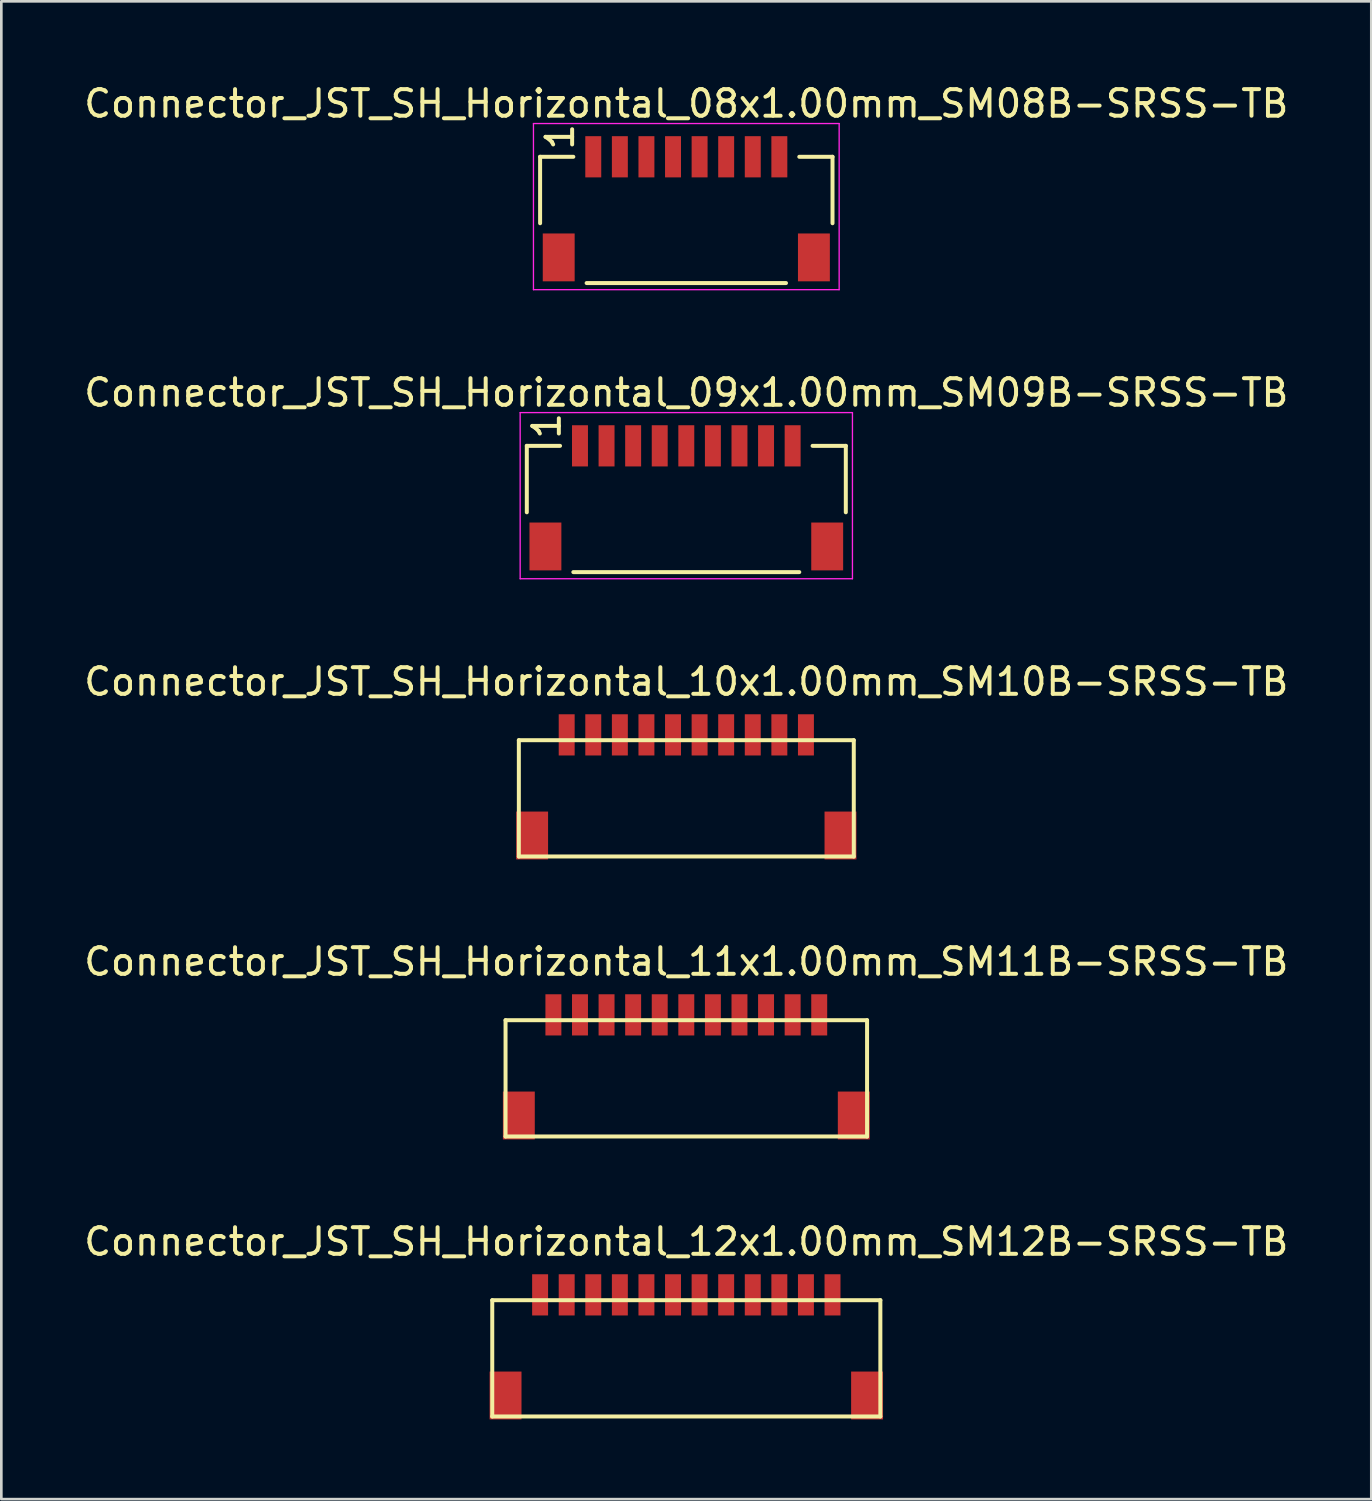
<source format=kicad_pcb>
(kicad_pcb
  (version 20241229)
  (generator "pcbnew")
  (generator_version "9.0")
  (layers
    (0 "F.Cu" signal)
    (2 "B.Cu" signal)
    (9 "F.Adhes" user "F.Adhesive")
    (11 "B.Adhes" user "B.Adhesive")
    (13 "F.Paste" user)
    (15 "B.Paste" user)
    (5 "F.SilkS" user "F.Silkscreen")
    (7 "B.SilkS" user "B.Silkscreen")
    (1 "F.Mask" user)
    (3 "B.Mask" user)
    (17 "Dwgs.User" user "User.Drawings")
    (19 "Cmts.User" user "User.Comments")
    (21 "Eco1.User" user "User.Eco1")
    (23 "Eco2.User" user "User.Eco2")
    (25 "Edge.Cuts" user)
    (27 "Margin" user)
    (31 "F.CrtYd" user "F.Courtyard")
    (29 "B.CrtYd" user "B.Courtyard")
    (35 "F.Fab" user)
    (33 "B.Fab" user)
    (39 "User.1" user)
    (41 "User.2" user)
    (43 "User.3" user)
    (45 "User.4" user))
  (footprint "Connector_JST_SH_Horizontal_10x1.00mm_SM10B-SRSS-TB"
    (layer "F.Cu")
    (at 22.768 24.595)
    (property "Reference" "Connector_JST_SH_Horizontal_10x1.00mm_SM10B-SRSS-TB" (at 0 -2 0) (layer "F.SilkS") (effects (font (size 1 1) (thickness 0.15))))
    (attr smd)
    (fp_line (start -6.3 0.2) (end 6.3 0.2) (stroke (width 0.15) (type solid)) (layer "F.SilkS"))
    (fp_line (start -6.3 4.575) (end -6.3 0.2) (stroke (width 0.15) (type solid)) (layer "F.SilkS"))
    (fp_line (start -6.3 4.575) (end 6.3 4.575) (stroke (width 0.15) (type solid)) (layer "F.SilkS"))
    (fp_line (start 6.3 4.575) (end 6.3 0.2) (stroke (width 0.15) (type solid)) (layer "F.SilkS"))
    (pad "1" smd rect (at -4.5 0) (size 0.6 1.55) (layers "F.Cu" "F.Mask" "F.Paste"))
    (pad "2" smd rect (at -3.5 0) (size 0.6 1.55) (layers "F.Cu" "F.Mask" "F.Paste"))
    (pad "3" smd rect (at -2.5 0) (size 0.6 1.55) (layers "F.Cu" "F.Mask" "F.Paste"))
    (pad "4" smd rect (at -1.5 0) (size 0.6 1.55) (layers "F.Cu" "F.Mask" "F.Paste"))
    (pad "5" smd rect (at -0.5 0) (size 0.6 1.55) (layers "F.Cu" "F.Mask" "F.Paste"))
    (pad "6" smd rect (at 0.5 0) (size 0.6 1.55) (layers "F.Cu" "F.Mask" "F.Paste"))
    (pad "7" smd rect (at 1.5 0) (size 0.6 1.55) (layers "F.Cu" "F.Mask" "F.Paste"))
    (pad "8" smd rect (at 2.5 0) (size 0.6 1.55) (layers "F.Cu" "F.Mask" "F.Paste"))
    (pad "9" smd rect (at 3.5 0) (size 0.6 1.55) (layers "F.Cu" "F.Mask" "F.Paste"))
    (pad "10" smd rect (at 4.5 0) (size 0.6 1.55) (layers "F.Cu" "F.Mask" "F.Paste"))
    (pad "11" smd rect (at -5.8 3.785) (size 1.2 1.8) (layers "F.Cu" "F.Mask" "F.Paste"))
    (pad "11" smd rect (at 5.8 3.785) (size 1.2 1.8) (layers "F.Cu" "F.Mask" "F.Paste")))
  (footprint "Connector_JST_SH_Horizontal_08x1.00mm_SM08B-SRSS-TB"
    (layer "F.Cu")
    (at 19.268 2.848)
    (property "Reference" "Connector_JST_SH_Horizontal_08x1.00mm_SM08B-SRSS-TB" (at 3.5 -2 0) (layer "F.SilkS") (effects (font (size 1 1) (thickness 0.15))))
    (attr smd)
    (fp_line (start -2 0) (end -0.75 0) (stroke (width 0.15) (type solid)) (layer "F.SilkS"))
    (fp_line (start -2 2.5) (end -2 0) (stroke (width 0.15) (type solid)) (layer "F.SilkS"))
    (fp_line (start -0.25 4.75) (end 7.25 4.75) (stroke (width 0.15) (type solid)) (layer "F.SilkS"))
    (fp_line (start 7.75 0) (end 9 0) (stroke (width 0.15) (type solid)) (layer "F.SilkS"))
    (fp_line (start 9 2.5) (end 9 0) (stroke (width 0.15) (type solid)) (layer "F.SilkS"))
    (fp_line (start -2.25 -1.25) (end 9.25 -1.25) (stroke (width 0.05) (type solid)) (layer "F.CrtYd"))
    (fp_line (start -2.25 5) (end -2.25 -1.25) (stroke (width 0.05) (type solid)) (layer "F.CrtYd"))
    (fp_line (start 9.25 -1.25) (end 9.25 5) (stroke (width 0.05) (type solid)) (layer "F.CrtYd"))
    (fp_line (start 9.25 5) (end -2.25 5) (stroke (width 0.05) (type solid)) (layer "F.CrtYd"))
    (fp_text user "1" (at -1.25 -0.75 90) (layer "F.SilkS") (effects (font (size 1 1) (thickness 0.15))))
    (pad "" smd rect (at -1.3 3.785) (size 1.2 1.8) (layers "F.Cu" "F.Mask" "F.Paste"))
    (pad "" smd rect (at 8.3 3.785) (size 1.2 1.8) (layers "F.Cu" "F.Mask" "F.Paste"))
    (pad "1" smd rect (at 0 0) (size 0.6 1.55) (layers "F.Cu" "F.Mask" "F.Paste"))
    (pad "2" smd rect (at 1 0) (size 0.6 1.55) (layers "F.Cu" "F.Mask" "F.Paste"))
    (pad "3" smd rect (at 2 0) (size 0.6 1.55) (layers "F.Cu" "F.Mask" "F.Paste"))
    (pad "4" smd rect (at 3 0) (size 0.6 1.55) (layers "F.Cu" "F.Mask" "F.Paste"))
    (pad "5" smd rect (at 4 0) (size 0.6 1.55) (layers "F.Cu" "F.Mask" "F.Paste"))
    (pad "6" smd rect (at 5 0) (size 0.6 1.55) (layers "F.Cu" "F.Mask" "F.Paste"))
    (pad "7" smd rect (at 6 0) (size 0.6 1.55) (layers "F.Cu" "F.Mask" "F.Paste"))
    (pad "8" smd rect (at 7 0) (size 0.6 1.55) (layers "F.Cu" "F.Mask" "F.Paste")))
  (footprint "Connector_JST_SH_Horizontal_12x1.00mm_SM12B-SRSS-TB"
    (layer "F.Cu")
    (at 22.768 45.661)
    (property "Reference" "Connector_JST_SH_Horizontal_12x1.00mm_SM12B-SRSS-TB" (at 0 -2 0) (layer "F.SilkS") (effects (font (size 1 1) (thickness 0.15))))
    (attr smd)
    (fp_line (start -7.3 0.2) (end 7.3 0.2) (stroke (width 0.15) (type solid)) (layer "F.SilkS"))
    (fp_line (start -7.3 4.575) (end -7.3 0.2) (stroke (width 0.15) (type solid)) (layer "F.SilkS"))
    (fp_line (start -7.3 4.575) (end 7.3 4.575) (stroke (width 0.15) (type solid)) (layer "F.SilkS"))
    (fp_line (start 7.3 4.575) (end 7.3 0.2) (stroke (width 0.15) (type solid)) (layer "F.SilkS"))
    (pad "1" smd rect (at -5.5 0) (size 0.6 1.55) (layers "F.Cu" "F.Mask" "F.Paste"))
    (pad "2" smd rect (at -4.5 0) (size 0.6 1.55) (layers "F.Cu" "F.Mask" "F.Paste"))
    (pad "3" smd rect (at -3.5 0) (size 0.6 1.55) (layers "F.Cu" "F.Mask" "F.Paste"))
    (pad "4" smd rect (at -2.5 0) (size 0.6 1.55) (layers "F.Cu" "F.Mask" "F.Paste"))
    (pad "5" smd rect (at -1.5 0) (size 0.6 1.55) (layers "F.Cu" "F.Mask" "F.Paste"))
    (pad "6" smd rect (at -0.5 0) (size 0.6 1.55) (layers "F.Cu" "F.Mask" "F.Paste"))
    (pad "7" smd rect (at 0.5 0) (size 0.6 1.55) (layers "F.Cu" "F.Mask" "F.Paste"))
    (pad "8" smd rect (at 1.5 0) (size 0.6 1.55) (layers "F.Cu" "F.Mask" "F.Paste"))
    (pad "9" smd rect (at 2.5 0) (size 0.6 1.55) (layers "F.Cu" "F.Mask" "F.Paste"))
    (pad "10" smd rect (at 3.5 0) (size 0.6 1.55) (layers "F.Cu" "F.Mask" "F.Paste"))
    (pad "11" smd rect (at 4.5 0) (size 0.6 1.55) (layers "F.Cu" "F.Mask" "F.Paste"))
    (pad "12" smd rect (at 5.5 0) (size 0.6 1.55) (layers "F.Cu" "F.Mask" "F.Paste"))
    (pad "13" smd rect (at -6.8 3.785) (size 1.2 1.8) (layers "F.Cu" "F.Mask" "F.Paste"))
    (pad "13" smd rect (at 6.8 3.785) (size 1.2 1.8) (layers "F.Cu" "F.Mask" "F.Paste")))
  (footprint "Connector_JST_SH_Horizontal_09x1.00mm_SM09B-SRSS-TB"
    (layer "F.Cu")
    (at 18.768 13.722)
    (property "Reference" "Connector_JST_SH_Horizontal_09x1.00mm_SM09B-SRSS-TB" (at 4 -2 0) (layer "F.SilkS") (effects (font (size 1 1) (thickness 0.15))))
    (attr smd)
    (fp_line (start -2 0) (end -0.75 0) (stroke (width 0.15) (type solid)) (layer "F.SilkS"))
    (fp_line (start -2 2.5) (end -2 0) (stroke (width 0.15) (type solid)) (layer "F.SilkS"))
    (fp_line (start -0.25 4.75) (end 8.25 4.75) (stroke (width 0.15) (type solid)) (layer "F.SilkS"))
    (fp_line (start 8.75 0) (end 10 0) (stroke (width 0.15) (type solid)) (layer "F.SilkS"))
    (fp_line (start 10 2.5) (end 10 0) (stroke (width 0.15) (type solid)) (layer "F.SilkS"))
    (fp_line (start -2.25 -1.25) (end 10.25 -1.25) (stroke (width 0.05) (type solid)) (layer "F.CrtYd"))
    (fp_line (start -2.25 5) (end -2.25 -1.25) (stroke (width 0.05) (type solid)) (layer "F.CrtYd"))
    (fp_line (start 10.25 -1.25) (end 10.25 5) (stroke (width 0.05) (type solid)) (layer "F.CrtYd"))
    (fp_line (start 10.25 5) (end -2.25 5) (stroke (width 0.05) (type solid)) (layer "F.CrtYd"))
    (fp_text user "1" (at -1.25 -0.75 90) (layer "F.SilkS") (effects (font (size 1 1) (thickness 0.15))))
    (pad "" smd rect (at -1.3 3.785) (size 1.2 1.8) (layers "F.Cu" "F.Mask" "F.Paste"))
    (pad "" smd rect (at 9.3 3.785) (size 1.2 1.8) (layers "F.Cu" "F.Mask" "F.Paste"))
    (pad "1" smd rect (at 0 0) (size 0.6 1.55) (layers "F.Cu" "F.Mask" "F.Paste"))
    (pad "2" smd rect (at 1 0) (size 0.6 1.55) (layers "F.Cu" "F.Mask" "F.Paste"))
    (pad "3" smd rect (at 2 0) (size 0.6 1.55) (layers "F.Cu" "F.Mask" "F.Paste"))
    (pad "4" smd rect (at 3 0) (size 0.6 1.55) (layers "F.Cu" "F.Mask" "F.Paste"))
    (pad "5" smd rect (at 4 0) (size 0.6 1.55) (layers "F.Cu" "F.Mask" "F.Paste"))
    (pad "6" smd rect (at 5 0) (size 0.6 1.55) (layers "F.Cu" "F.Mask" "F.Paste"))
    (pad "7" smd rect (at 6 0) (size 0.6 1.55) (layers "F.Cu" "F.Mask" "F.Paste"))
    (pad "8" smd rect (at 7 0) (size 0.6 1.55) (layers "F.Cu" "F.Mask" "F.Paste"))
    (pad "9" smd rect (at 8 0) (size 0.6 1.55) (layers "F.Cu" "F.Mask" "F.Paste")))
  (footprint "Connector_JST_SH_Horizontal_11x1.00mm_SM11B-SRSS-TB"
    (layer "F.Cu")
    (at 22.768 35.128)
    (property "Reference" "Connector_JST_SH_Horizontal_11x1.00mm_SM11B-SRSS-TB" (at 0 -2 0) (layer "F.SilkS") (effects (font (size 1 1) (thickness 0.15))))
    (attr smd)
    (fp_line (start -6.8 0.2) (end 6.8 0.2) (stroke (width 0.15) (type solid)) (layer "F.SilkS"))
    (fp_line (start -6.8 4.575) (end -6.8 0.2) (stroke (width 0.15) (type solid)) (layer "F.SilkS"))
    (fp_line (start -6.8 4.575) (end 6.8 4.575) (stroke (width 0.15) (type solid)) (layer "F.SilkS"))
    (fp_line (start 6.8 4.575) (end 6.8 0.2) (stroke (width 0.15) (type solid)) (layer "F.SilkS"))
    (pad "1" smd rect (at -5 0) (size 0.6 1.55) (layers "F.Cu" "F.Mask" "F.Paste"))
    (pad "2" smd rect (at -4 0) (size 0.6 1.55) (layers "F.Cu" "F.Mask" "F.Paste"))
    (pad "3" smd rect (at -3 0) (size 0.6 1.55) (layers "F.Cu" "F.Mask" "F.Paste"))
    (pad "4" smd rect (at -2 0) (size 0.6 1.55) (layers "F.Cu" "F.Mask" "F.Paste"))
    (pad "5" smd rect (at -1 0) (size 0.6 1.55) (layers "F.Cu" "F.Mask" "F.Paste"))
    (pad "6" smd rect (at 0 0) (size 0.6 1.55) (layers "F.Cu" "F.Mask" "F.Paste"))
    (pad "7" smd rect (at 1 0) (size 0.6 1.55) (layers "F.Cu" "F.Mask" "F.Paste"))
    (pad "8" smd rect (at 2 0) (size 0.6 1.55) (layers "F.Cu" "F.Mask" "F.Paste"))
    (pad "9" smd rect (at 3 0) (size 0.6 1.55) (layers "F.Cu" "F.Mask" "F.Paste"))
    (pad "10" smd rect (at 4 0) (size 0.6 1.55) (layers "F.Cu" "F.Mask" "F.Paste"))
    (pad "11" smd rect (at 5 0) (size 0.6 1.55) (layers "F.Cu" "F.Mask" "F.Paste"))
    (pad "12" smd rect (at -6.3 3.785) (size 1.2 1.8) (layers "F.Cu" "F.Mask" "F.Paste"))
    (pad "12" smd rect (at 6.3 3.785) (size 1.2 1.8) (layers "F.Cu" "F.Mask" "F.Paste")))
  (gr_rect
    (start -3 -3)
    (end 48.536 53.346)
    (stroke (width 0.1) (type default))
    (fill no)
    (layer "Edge.Cuts")))
</source>
